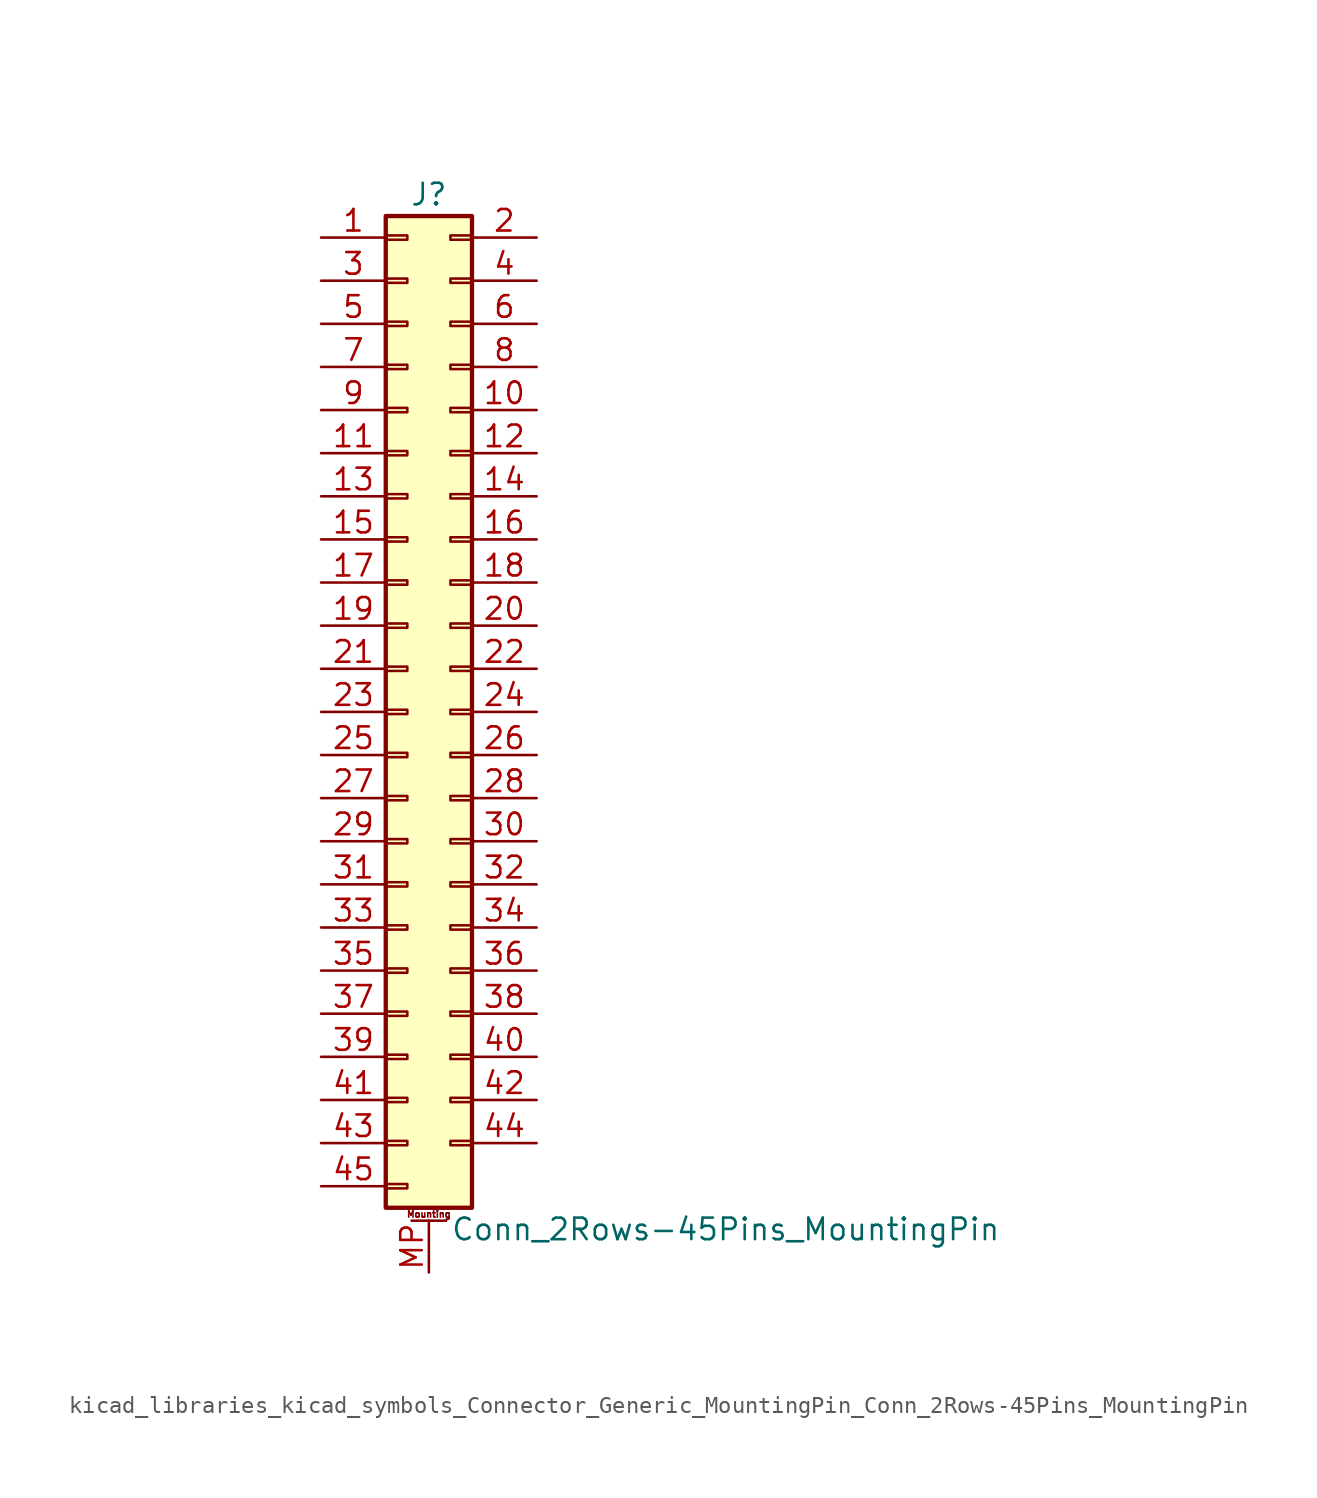
<source format=kicad_sym>
(kicad_symbol_lib
  (version 20220914)
  (generator kicad_symbol_editor)
  (symbol "kicad_libraries_kicad_symbols_Connector_Generic_MountingPin_Conn_2Rows-45Pins_MountingPin"
    (pin_names
      (offset 1.016) hide)
    (property "Reference" "J"
      (at 1.27 30.48 0)
      (effects (font (size 1.27 1.27))))
    (property "Value" "Conn_2Rows-45Pins_MountingPin"
      (at 2.54 -30.48 0)
      (effects (font (size 1.27 1.27)) (justify left)))
    (symbol "kicad_libraries_kicad_symbols_Connector_Generic_MountingPin_Conn_2Rows-45Pins_MountingPin_1_1"
      (rectangle (start -1.27 -27.813) (end 0 -28.067) (stroke (width 0.152) (type default)) (fill (type none)))
      (rectangle (start -1.27 -25.273) (end 0 -25.527) (stroke (width 0.152) (type default)) (fill (type none)))
      (rectangle (start -1.27 -22.733) (end 0 -22.987) (stroke (width 0.152) (type default)) (fill (type none)))
      (rectangle (start -1.27 -20.193) (end 0 -20.447) (stroke (width 0.152) (type default)) (fill (type none)))
      (rectangle (start -1.27 -17.653) (end 0 -17.907) (stroke (width 0.152) (type default)) (fill (type none)))
      (rectangle (start -1.27 -15.113) (end 0 -15.367) (stroke (width 0.152) (type default)) (fill (type none)))
      (rectangle (start -1.27 -12.573) (end 0 -12.827) (stroke (width 0.152) (type default)) (fill (type none)))
      (rectangle (start -1.27 -10.033) (end 0 -10.287) (stroke (width 0.152) (type default)) (fill (type none)))
      (rectangle (start -1.27 -7.493) (end 0 -7.747) (stroke (width 0.152) (type default)) (fill (type none)))
      (rectangle (start -1.27 -4.953) (end 0 -5.207) (stroke (width 0.152) (type default)) (fill (type none)))
      (rectangle (start -1.27 -2.413) (end 0 -2.667) (stroke (width 0.152) (type default)) (fill (type none)))
      (rectangle (start -1.27 0.127) (end 0 -0.127) (stroke (width 0.152) (type default)) (fill (type none)))
      (rectangle (start -1.27 2.667) (end 0 2.413) (stroke (width 0.152) (type default)) (fill (type none)))
      (rectangle (start -1.27 5.207) (end 0 4.953) (stroke (width 0.152) (type default)) (fill (type none)))
      (rectangle (start -1.27 7.747) (end 0 7.493) (stroke (width 0.152) (type default)) (fill (type none)))
      (rectangle (start -1.27 10.287) (end 0 10.033) (stroke (width 0.152) (type default)) (fill (type none)))
      (rectangle (start -1.27 12.827) (end 0 12.573) (stroke (width 0.152) (type default)) (fill (type none)))
      (rectangle (start -1.27 15.367) (end 0 15.113) (stroke (width 0.152) (type default)) (fill (type none)))
      (rectangle (start -1.27 17.907) (end 0 17.653) (stroke (width 0.152) (type default)) (fill (type none)))
      (rectangle (start -1.27 20.447) (end 0 20.193) (stroke (width 0.152) (type default)) (fill (type none)))
      (rectangle (start -1.27 22.987) (end 0 22.733) (stroke (width 0.152) (type default)) (fill (type none)))
      (rectangle (start -1.27 25.527) (end 0 25.273) (stroke (width 0.152) (type default)) (fill (type none)))
      (rectangle (start -1.27 28.067) (end 0 27.813) (stroke (width 0.152) (type default)) (fill (type none)))
      (rectangle (start -1.27 29.21) (end 3.81 -29.21) (stroke (width 0.254) (type default)) (fill (type background)))
      (polyline (pts (xy 0.254 -29.972) (xy 2.286 -29.972)) (stroke (width 0.152) (type default)) (fill (type none)))
      (rectangle (start 3.81 -25.273) (end 2.54 -25.527) (stroke (width 0.152) (type default)) (fill (type none)))
      (rectangle (start 3.81 -22.733) (end 2.54 -22.987) (stroke (width 0.152) (type default)) (fill (type none)))
      (rectangle (start 3.81 -20.193) (end 2.54 -20.447) (stroke (width 0.152) (type default)) (fill (type none)))
      (rectangle (start 3.81 -17.653) (end 2.54 -17.907) (stroke (width 0.152) (type default)) (fill (type none)))
      (rectangle (start 3.81 -15.113) (end 2.54 -15.367) (stroke (width 0.152) (type default)) (fill (type none)))
      (rectangle (start 3.81 -12.573) (end 2.54 -12.827) (stroke (width 0.152) (type default)) (fill (type none)))
      (rectangle (start 3.81 -10.033) (end 2.54 -10.287) (stroke (width 0.152) (type default)) (fill (type none)))
      (rectangle (start 3.81 -7.493) (end 2.54 -7.747) (stroke (width 0.152) (type default)) (fill (type none)))
      (rectangle (start 3.81 -4.953) (end 2.54 -5.207) (stroke (width 0.152) (type default)) (fill (type none)))
      (rectangle (start 3.81 -2.413) (end 2.54 -2.667) (stroke (width 0.152) (type default)) (fill (type none)))
      (rectangle (start 3.81 0.127) (end 2.54 -0.127) (stroke (width 0.152) (type default)) (fill (type none)))
      (rectangle (start 3.81 2.667) (end 2.54 2.413) (stroke (width 0.152) (type default)) (fill (type none)))
      (rectangle (start 3.81 5.207) (end 2.54 4.953) (stroke (width 0.152) (type default)) (fill (type none)))
      (rectangle (start 3.81 7.747) (end 2.54 7.493) (stroke (width 0.152) (type default)) (fill (type none)))
      (rectangle (start 3.81 10.287) (end 2.54 10.033) (stroke (width 0.152) (type default)) (fill (type none)))
      (rectangle (start 3.81 12.827) (end 2.54 12.573) (stroke (width 0.152) (type default)) (fill (type none)))
      (rectangle (start 3.81 15.367) (end 2.54 15.113) (stroke (width 0.152) (type default)) (fill (type none)))
      (rectangle (start 3.81 17.907) (end 2.54 17.653) (stroke (width 0.152) (type default)) (fill (type none)))
      (rectangle (start 3.81 20.447) (end 2.54 20.193) (stroke (width 0.152) (type default)) (fill (type none)))
      (rectangle (start 3.81 22.987) (end 2.54 22.733) (stroke (width 0.152) (type default)) (fill (type none)))
      (rectangle (start 3.81 25.527) (end 2.54 25.273) (stroke (width 0.152) (type default)) (fill (type none)))
      (rectangle (start 3.81 28.067) (end 2.54 27.813) (stroke (width 0.152) (type default)) (fill (type none)))
      (text "Mounting" (at 1.27 -29.591 0) (effects (font (size 0.381 0.381))))
      (pin passive line (at -5.08 27.94 0) (length 3.81) (name "Pin_1" (effects (font (size 1.27 1.27)))) (number "1" (effects (font (size 1.27 1.27)))))
      (pin passive line (at 7.62 17.78 180) (length 3.81) (name "Pin_10" (effects (font (size 1.27 1.27)))) (number "10" (effects (font (size 1.27 1.27)))))
      (pin passive line (at -5.08 15.24 0) (length 3.81) (name "Pin_11" (effects (font (size 1.27 1.27)))) (number "11" (effects (font (size 1.27 1.27)))))
      (pin passive line (at 7.62 15.24 180) (length 3.81) (name "Pin_12" (effects (font (size 1.27 1.27)))) (number "12" (effects (font (size 1.27 1.27)))))
      (pin passive line (at -5.08 12.7 0) (length 3.81) (name "Pin_13" (effects (font (size 1.27 1.27)))) (number "13" (effects (font (size 1.27 1.27)))))
      (pin passive line (at 7.62 12.7 180) (length 3.81) (name "Pin_14" (effects (font (size 1.27 1.27)))) (number "14" (effects (font (size 1.27 1.27)))))
      (pin passive line (at -5.08 10.16 0) (length 3.81) (name "Pin_15" (effects (font (size 1.27 1.27)))) (number "15" (effects (font (size 1.27 1.27)))))
      (pin passive line (at 7.62 10.16 180) (length 3.81) (name "Pin_16" (effects (font (size 1.27 1.27)))) (number "16" (effects (font (size 1.27 1.27)))))
      (pin passive line (at -5.08 7.62 0) (length 3.81) (name "Pin_17" (effects (font (size 1.27 1.27)))) (number "17" (effects (font (size 1.27 1.27)))))
      (pin passive line (at 7.62 7.62 180) (length 3.81) (name "Pin_18" (effects (font (size 1.27 1.27)))) (number "18" (effects (font (size 1.27 1.27)))))
      (pin passive line (at -5.08 5.08 0) (length 3.81) (name "Pin_19" (effects (font (size 1.27 1.27)))) (number "19" (effects (font (size 1.27 1.27)))))
      (pin passive line (at 7.62 27.94 180) (length 3.81) (name "Pin_2" (effects (font (size 1.27 1.27)))) (number "2" (effects (font (size 1.27 1.27)))))
      (pin passive line (at 7.62 5.08 180) (length 3.81) (name "Pin_20" (effects (font (size 1.27 1.27)))) (number "20" (effects (font (size 1.27 1.27)))))
      (pin passive line (at -5.08 2.54 0) (length 3.81) (name "Pin_21" (effects (font (size 1.27 1.27)))) (number "21" (effects (font (size 1.27 1.27)))))
      (pin passive line (at 7.62 2.54 180) (length 3.81) (name "Pin_22" (effects (font (size 1.27 1.27)))) (number "22" (effects (font (size 1.27 1.27)))))
      (pin passive line (at -5.08 0 0) (length 3.81) (name "Pin_23" (effects (font (size 1.27 1.27)))) (number "23" (effects (font (size 1.27 1.27)))))
      (pin passive line (at 7.62 0 180) (length 3.81) (name "Pin_24" (effects (font (size 1.27 1.27)))) (number "24" (effects (font (size 1.27 1.27)))))
      (pin passive line (at -5.08 -2.54 0) (length 3.81) (name "Pin_25" (effects (font (size 1.27 1.27)))) (number "25" (effects (font (size 1.27 1.27)))))
      (pin passive line (at 7.62 -2.54 180) (length 3.81) (name "Pin_26" (effects (font (size 1.27 1.27)))) (number "26" (effects (font (size 1.27 1.27)))))
      (pin passive line (at -5.08 -5.08 0) (length 3.81) (name "Pin_27" (effects (font (size 1.27 1.27)))) (number "27" (effects (font (size 1.27 1.27)))))
      (pin passive line (at 7.62 -5.08 180) (length 3.81) (name "Pin_28" (effects (font (size 1.27 1.27)))) (number "28" (effects (font (size 1.27 1.27)))))
      (pin passive line (at -5.08 -7.62 0) (length 3.81) (name "Pin_29" (effects (font (size 1.27 1.27)))) (number "29" (effects (font (size 1.27 1.27)))))
      (pin passive line (at -5.08 25.4 0) (length 3.81) (name "Pin_3" (effects (font (size 1.27 1.27)))) (number "3" (effects (font (size 1.27 1.27)))))
      (pin passive line (at 7.62 -7.62 180) (length 3.81) (name "Pin_30" (effects (font (size 1.27 1.27)))) (number "30" (effects (font (size 1.27 1.27)))))
      (pin passive line (at -5.08 -10.16 0) (length 3.81) (name "Pin_31" (effects (font (size 1.27 1.27)))) (number "31" (effects (font (size 1.27 1.27)))))
      (pin passive line (at 7.62 -10.16 180) (length 3.81) (name "Pin_32" (effects (font (size 1.27 1.27)))) (number "32" (effects (font (size 1.27 1.27)))))
      (pin passive line (at -5.08 -12.7 0) (length 3.81) (name "Pin_33" (effects (font (size 1.27 1.27)))) (number "33" (effects (font (size 1.27 1.27)))))
      (pin passive line (at 7.62 -12.7 180) (length 3.81) (name "Pin_34" (effects (font (size 1.27 1.27)))) (number "34" (effects (font (size 1.27 1.27)))))
      (pin passive line (at -5.08 -15.24 0) (length 3.81) (name "Pin_35" (effects (font (size 1.27 1.27)))) (number "35" (effects (font (size 1.27 1.27)))))
      (pin passive line (at 7.62 -15.24 180) (length 3.81) (name "Pin_36" (effects (font (size 1.27 1.27)))) (number "36" (effects (font (size 1.27 1.27)))))
      (pin passive line (at -5.08 -17.78 0) (length 3.81) (name "Pin_37" (effects (font (size 1.27 1.27)))) (number "37" (effects (font (size 1.27 1.27)))))
      (pin passive line (at 7.62 -17.78 180) (length 3.81) (name "Pin_38" (effects (font (size 1.27 1.27)))) (number "38" (effects (font (size 1.27 1.27)))))
      (pin passive line (at -5.08 -20.32 0) (length 3.81) (name "Pin_39" (effects (font (size 1.27 1.27)))) (number "39" (effects (font (size 1.27 1.27)))))
      (pin passive line (at 7.62 25.4 180) (length 3.81) (name "Pin_4" (effects (font (size 1.27 1.27)))) (number "4" (effects (font (size 1.27 1.27)))))
      (pin passive line (at 7.62 -20.32 180) (length 3.81) (name "Pin_40" (effects (font (size 1.27 1.27)))) (number "40" (effects (font (size 1.27 1.27)))))
      (pin passive line (at -5.08 -22.86 0) (length 3.81) (name "Pin_41" (effects (font (size 1.27 1.27)))) (number "41" (effects (font (size 1.27 1.27)))))
      (pin passive line (at 7.62 -22.86 180) (length 3.81) (name "Pin_42" (effects (font (size 1.27 1.27)))) (number "42" (effects (font (size 1.27 1.27)))))
      (pin passive line (at -5.08 -25.4 0) (length 3.81) (name "Pin_43" (effects (font (size 1.27 1.27)))) (number "43" (effects (font (size 1.27 1.27)))))
      (pin passive line (at 7.62 -25.4 180) (length 3.81) (name "Pin_44" (effects (font (size 1.27 1.27)))) (number "44" (effects (font (size 1.27 1.27)))))
      (pin passive line (at -5.08 -27.94 0) (length 3.81) (name "Pin_45" (effects (font (size 1.27 1.27)))) (number "45" (effects (font (size 1.27 1.27)))))
      (pin passive line (at -5.08 22.86 0) (length 3.81) (name "Pin_5" (effects (font (size 1.27 1.27)))) (number "5" (effects (font (size 1.27 1.27)))))
      (pin passive line (at 7.62 22.86 180) (length 3.81) (name "Pin_6" (effects (font (size 1.27 1.27)))) (number "6" (effects (font (size 1.27 1.27)))))
      (pin passive line (at -5.08 20.32 0) (length 3.81) (name "Pin_7" (effects (font (size 1.27 1.27)))) (number "7" (effects (font (size 1.27 1.27)))))
      (pin passive line (at 7.62 20.32 180) (length 3.81) (name "Pin_8" (effects (font (size 1.27 1.27)))) (number "8" (effects (font (size 1.27 1.27)))))
      (pin passive line (at -5.08 17.78 0) (length 3.81) (name "Pin_9" (effects (font (size 1.27 1.27)))) (number "9" (effects (font (size 1.27 1.27)))))
      (pin passive line (at 1.27 -33.02 90) (length 3.048) (name "MountPin" (effects (font (size 1.27 1.27)))) (number "MP" (effects (font (size 1.27 1.27))))))))
</source>
